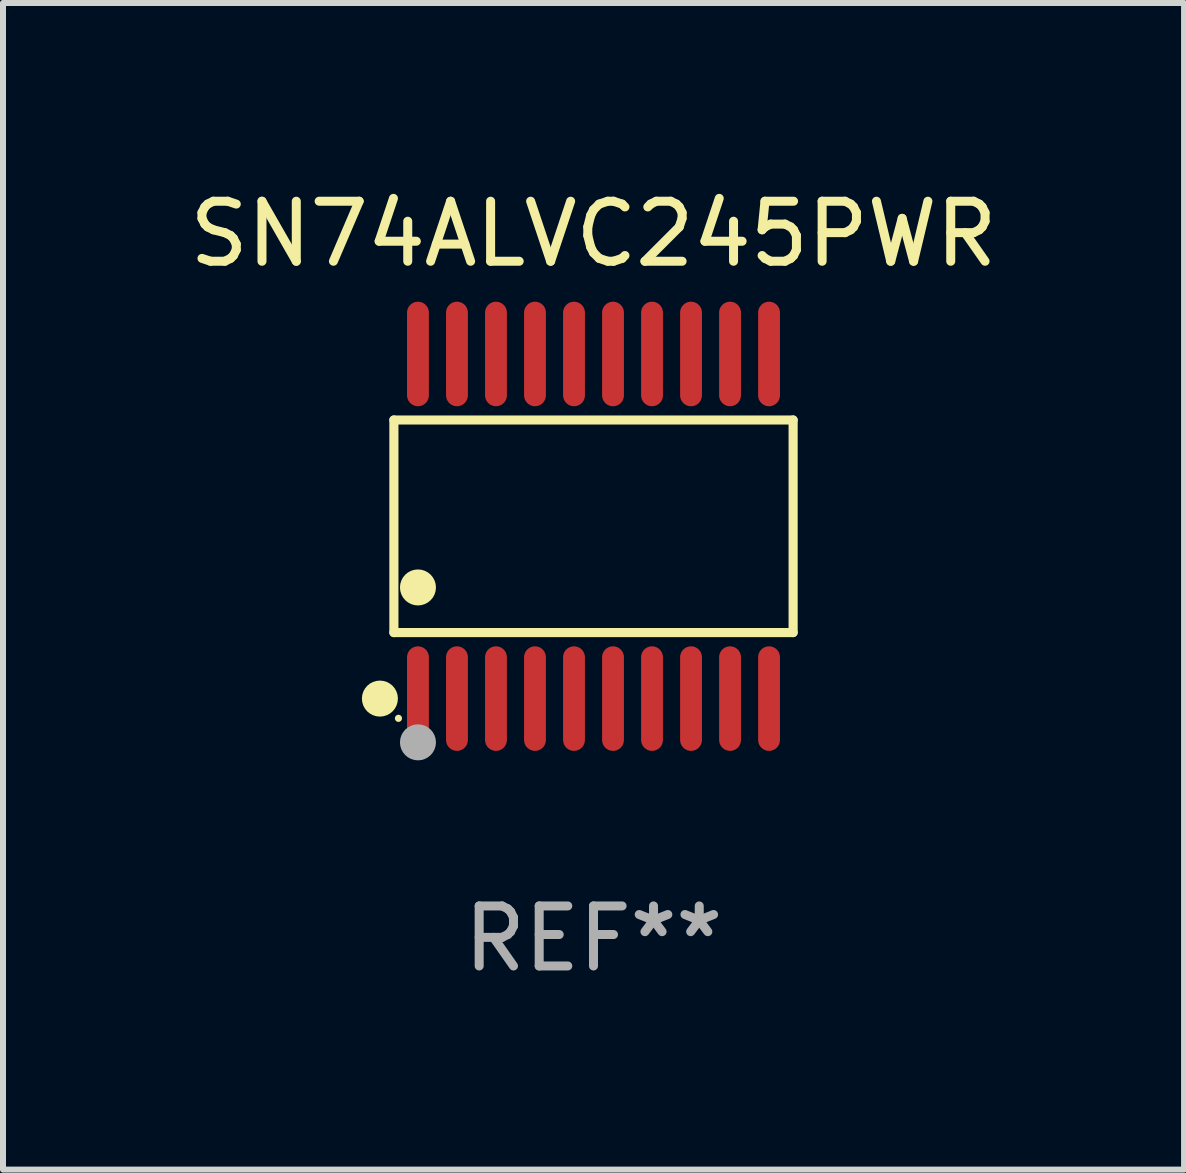
<source format=kicad_pcb>
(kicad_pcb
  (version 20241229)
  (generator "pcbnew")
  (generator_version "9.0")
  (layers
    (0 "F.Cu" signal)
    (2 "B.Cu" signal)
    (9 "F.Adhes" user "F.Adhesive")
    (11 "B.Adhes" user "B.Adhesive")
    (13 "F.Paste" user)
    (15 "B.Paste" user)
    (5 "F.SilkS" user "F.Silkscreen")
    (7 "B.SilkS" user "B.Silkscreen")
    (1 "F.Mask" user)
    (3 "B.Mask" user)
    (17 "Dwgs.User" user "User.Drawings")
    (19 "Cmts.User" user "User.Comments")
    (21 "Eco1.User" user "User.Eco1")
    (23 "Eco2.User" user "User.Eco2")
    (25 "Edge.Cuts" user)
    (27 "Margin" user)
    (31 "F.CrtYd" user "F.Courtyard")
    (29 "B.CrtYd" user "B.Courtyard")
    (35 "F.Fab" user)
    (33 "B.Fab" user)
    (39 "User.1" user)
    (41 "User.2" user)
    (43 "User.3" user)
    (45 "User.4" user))
  (footprint "SN74ALVC245PWR"
    (layer "F.Cu")
    (at 6.839 5.719)
    (property "Reference" "SN74ALVC245PWR" (at 0 -4.871 0) (layer "F.SilkS") (effects (font (size 1 1) (thickness 0.15))))
    (attr through_hole)
    (fp_line (start -3.326 -1.771) (end 3.326 -1.771) (stroke (width 0.152) (type solid)) (layer "F.SilkS"))
    (fp_line (start -3.326 1.771) (end -3.326 -1.771) (stroke (width 0.152) (type solid)) (layer "F.SilkS"))
    (fp_line (start 3.326 -1.771) (end 3.326 1.771) (stroke (width 0.152) (type solid)) (layer "F.SilkS"))
    (fp_line (start 3.326 1.771) (end -3.326 1.771) (stroke (width 0.152) (type solid)) (layer "F.SilkS"))
    (fp_circle (center -3.559 2.871) (end -3.409 2.871) (stroke (width 0.3) (type solid)) (fill no) (layer "F.SilkS"))
    (fp_circle (center -3.25 3.2) (end -3.22 3.2) (stroke (width 0.06) (type solid)) (fill no) (layer "F.SilkS"))
    (fp_circle (center -2.925 1.019) (end -2.775 1.019) (stroke (width 0.3) (type solid)) (fill no) (layer "F.SilkS"))
    (fp_circle (center -2.925 3.6) (end -2.775 3.6) (stroke (width 0.3) (type solid)) (fill no) (layer "F.Fab"))
    (fp_text user "REF**" (at 0 6.871 0) (layer "F.Fab") (effects (font (size 1 1) (thickness 0.15))))
    (pad "1" smd oval (at -2.925 2.871) (size 0.364 1.742) (layers "F.Cu" "F.Mask" "F.Paste"))
    (pad "2" smd oval (at -2.275 2.871) (size 0.364 1.742) (layers "F.Cu" "F.Mask" "F.Paste"))
    (pad "3" smd oval (at -1.625 2.871) (size 0.364 1.742) (layers "F.Cu" "F.Mask" "F.Paste"))
    (pad "4" smd oval (at -0.975 2.871) (size 0.364 1.742) (layers "F.Cu" "F.Mask" "F.Paste"))
    (pad "5" smd oval (at -0.325 2.871) (size 0.364 1.742) (layers "F.Cu" "F.Mask" "F.Paste"))
    (pad "6" smd oval (at 0.325 2.871) (size 0.364 1.742) (layers "F.Cu" "F.Mask" "F.Paste"))
    (pad "7" smd oval (at 0.975 2.871) (size 0.364 1.742) (layers "F.Cu" "F.Mask" "F.Paste"))
    (pad "8" smd oval (at 1.625 2.871) (size 0.364 1.742) (layers "F.Cu" "F.Mask" "F.Paste"))
    (pad "9" smd oval (at 2.275 2.871) (size 0.364 1.742) (layers "F.Cu" "F.Mask" "F.Paste"))
    (pad "10" smd oval (at 2.925 2.871) (size 0.364 1.742) (layers "F.Cu" "F.Mask" "F.Paste"))
    (pad "11" smd oval (at 2.925 -2.871) (size 0.364 1.742) (layers "F.Cu" "F.Mask" "F.Paste"))
    (pad "12" smd oval (at 2.275 -2.871) (size 0.364 1.742) (layers "F.Cu" "F.Mask" "F.Paste"))
    (pad "13" smd oval (at 1.625 -2.871) (size 0.364 1.742) (layers "F.Cu" "F.Mask" "F.Paste"))
    (pad "14" smd oval (at 0.975 -2.871) (size 0.364 1.742) (layers "F.Cu" "F.Mask" "F.Paste"))
    (pad "15" smd oval (at 0.325 -2.871) (size 0.364 1.742) (layers "F.Cu" "F.Mask" "F.Paste"))
    (pad "16" smd oval (at -0.325 -2.871) (size 0.364 1.742) (layers "F.Cu" "F.Mask" "F.Paste"))
    (pad "17" smd oval (at -0.975 -2.871) (size 0.364 1.742) (layers "F.Cu" "F.Mask" "F.Paste"))
    (pad "18" smd oval (at -1.625 -2.871) (size 0.364 1.742) (layers "F.Cu" "F.Mask" "F.Paste"))
    (pad "19" smd oval (at -2.275 -2.871) (size 0.364 1.742) (layers "F.Cu" "F.Mask" "F.Paste"))
    (pad "20" smd oval (at -2.925 -2.871) (size 0.364 1.742) (layers "F.Cu" "F.Mask" "F.Paste")))
  (gr_rect
    (start -3 -3)
    (end 16.679 16.438)
    (stroke (width 0.1) (type default))
    (fill no)
    (layer "Edge.Cuts")))
</source>
